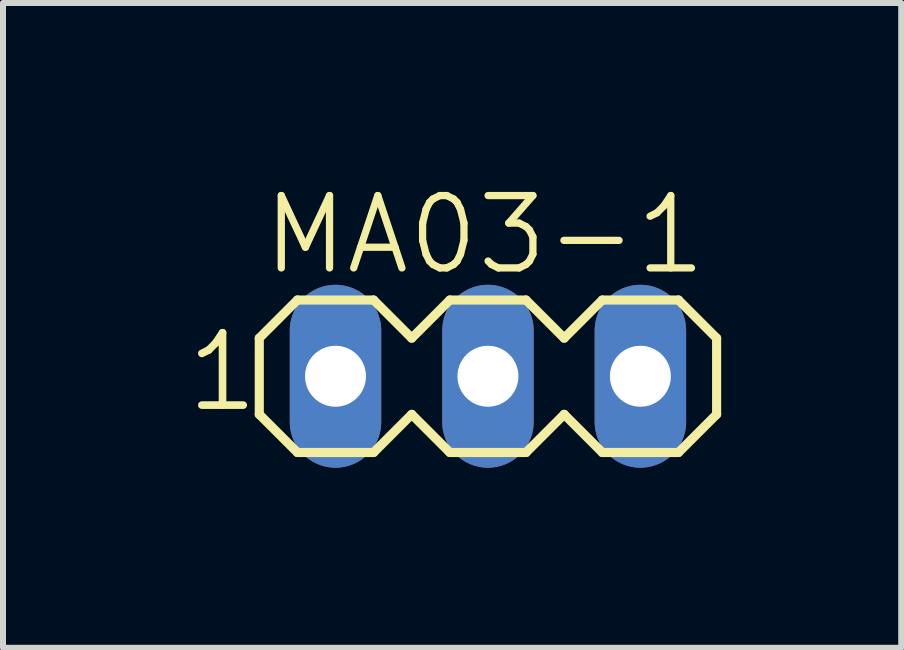
<source format=kicad_pcb>
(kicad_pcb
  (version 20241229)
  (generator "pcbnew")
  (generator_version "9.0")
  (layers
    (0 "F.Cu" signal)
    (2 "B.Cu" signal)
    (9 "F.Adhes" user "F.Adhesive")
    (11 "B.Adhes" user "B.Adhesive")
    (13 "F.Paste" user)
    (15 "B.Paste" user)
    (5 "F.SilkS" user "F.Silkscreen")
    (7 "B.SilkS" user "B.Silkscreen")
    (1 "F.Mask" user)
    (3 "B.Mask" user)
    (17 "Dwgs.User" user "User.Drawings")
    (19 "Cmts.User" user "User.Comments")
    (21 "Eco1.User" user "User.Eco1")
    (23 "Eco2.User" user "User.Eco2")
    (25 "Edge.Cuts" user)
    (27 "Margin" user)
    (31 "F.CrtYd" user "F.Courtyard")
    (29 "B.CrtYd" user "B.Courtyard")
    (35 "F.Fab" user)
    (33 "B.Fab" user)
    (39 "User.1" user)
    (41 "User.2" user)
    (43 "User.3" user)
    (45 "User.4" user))
  (footprint "MA03-1"
    (layer "F.Cu")
    (at 5.08 3.219)
    (property "Reference" "MA03-1" (at -3.81 -1.651 0) (layer "F.SilkS") (effects (font (size 1.206 1.206) (thickness 0.121)) (justify left bottom)))
    (attr through_hole)
    (fp_line (start -3.81 -0.635) (end -3.81 0.635) (stroke (width 0.152) (type solid)) (layer "F.SilkS"))
    (fp_line (start -3.81 0.635) (end -3.175 1.27) (stroke (width 0.152) (type solid)) (layer "F.SilkS"))
    (fp_line (start -3.175 -1.27) (end -3.81 -0.635) (stroke (width 0.152) (type solid)) (layer "F.SilkS"))
    (fp_line (start -3.175 -1.27) (end -1.905 -1.27) (stroke (width 0.152) (type solid)) (layer "F.SilkS"))
    (fp_line (start -1.905 -1.27) (end -1.27 -0.635) (stroke (width 0.152) (type solid)) (layer "F.SilkS"))
    (fp_line (start -1.905 1.27) (end -3.175 1.27) (stroke (width 0.152) (type solid)) (layer "F.SilkS"))
    (fp_line (start -1.27 -0.635) (end -0.635 -1.27) (stroke (width 0.152) (type solid)) (layer "F.SilkS"))
    (fp_line (start -1.27 0.635) (end -1.905 1.27) (stroke (width 0.152) (type solid)) (layer "F.SilkS"))
    (fp_line (start -0.635 -1.27) (end 0.635 -1.27) (stroke (width 0.152) (type solid)) (layer "F.SilkS"))
    (fp_line (start -0.635 1.27) (end -1.27 0.635) (stroke (width 0.152) (type solid)) (layer "F.SilkS"))
    (fp_line (start 0.635 -1.27) (end 1.27 -0.635) (stroke (width 0.152) (type solid)) (layer "F.SilkS"))
    (fp_line (start 0.635 1.27) (end -0.635 1.27) (stroke (width 0.152) (type solid)) (layer "F.SilkS"))
    (fp_line (start 1.27 -0.635) (end 1.905 -1.27) (stroke (width 0.152) (type solid)) (layer "F.SilkS"))
    (fp_line (start 1.27 0.635) (end 0.635 1.27) (stroke (width 0.152) (type solid)) (layer "F.SilkS"))
    (fp_line (start 1.905 -1.27) (end 3.175 -1.27) (stroke (width 0.152) (type solid)) (layer "F.SilkS"))
    (fp_line (start 1.905 1.27) (end 1.27 0.635) (stroke (width 0.152) (type solid)) (layer "F.SilkS"))
    (fp_line (start 3.175 -1.27) (end 3.81 -0.635) (stroke (width 0.152) (type solid)) (layer "F.SilkS"))
    (fp_line (start 3.175 1.27) (end 1.905 1.27) (stroke (width 0.152) (type solid)) (layer "F.SilkS"))
    (fp_line (start 3.81 -0.635) (end 3.81 0.635) (stroke (width 0.152) (type solid)) (layer "F.SilkS"))
    (fp_line (start 3.81 0.635) (end 3.175 1.27) (stroke (width 0.152) (type solid)) (layer "F.SilkS"))
    (fp_poly (pts (xy -2.794 0.254) (xy -2.286 0.254) (xy -2.286 -0.254) (xy -2.794 -0.254)) (stroke (width 0.1) (type solid)) (fill no) (layer "F.Fab"))
    (fp_poly (pts (xy -0.254 0.254) (xy 0.254 0.254) (xy 0.254 -0.254) (xy -0.254 -0.254)) (stroke (width 0.1) (type solid)) (fill no) (layer "F.Fab"))
    (fp_poly (pts (xy 2.286 0.254) (xy 2.794 0.254) (xy 2.794 -0.254) (xy 2.286 -0.254)) (stroke (width 0.1) (type solid)) (fill no) (layer "F.Fab"))
    (fp_text user "1" (at -5.08 0.635 0) (layer "F.SilkS") (effects (font (size 1.206 1.206) (thickness 0.127)) (justify left bottom)))
    (pad "1" thru_hole oval (at -2.54 0 90) (size 3.048 1.524) (drill 1.016) (layers "*.Cu" "*.Mask"))
    (pad "2" thru_hole oval (at 0 0 90) (size 3.048 1.524) (drill 1.016) (layers "*.Cu" "*.Mask"))
    (pad "3" thru_hole oval (at 2.54 0 90) (size 3.048 1.524) (drill 1.016) (layers "*.Cu" "*.Mask")))
  (gr_rect
    (start -3 -3)
    (end 11.966 7.743)
    (stroke (width 0.1) (type default))
    (fill no)
    (layer "Edge.Cuts")))
</source>
